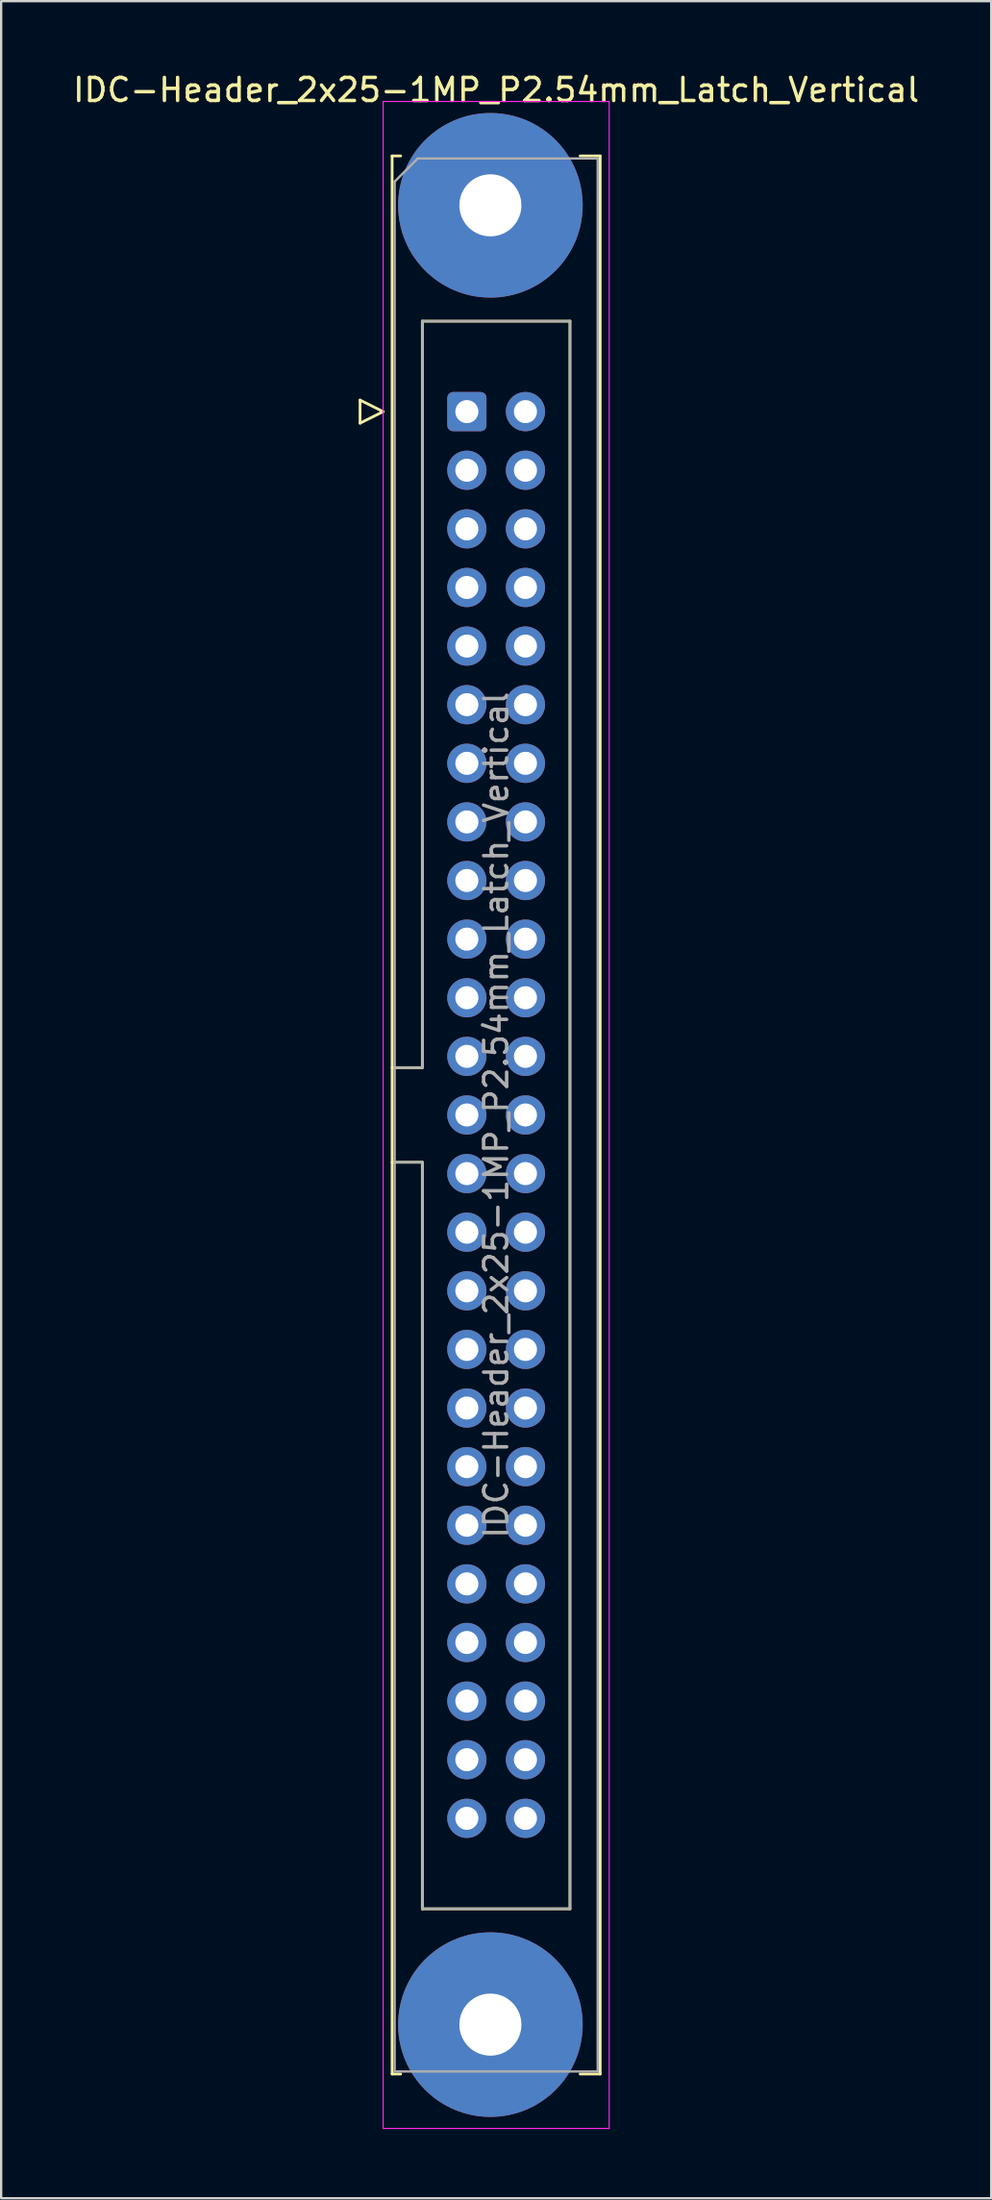
<source format=kicad_pcb>
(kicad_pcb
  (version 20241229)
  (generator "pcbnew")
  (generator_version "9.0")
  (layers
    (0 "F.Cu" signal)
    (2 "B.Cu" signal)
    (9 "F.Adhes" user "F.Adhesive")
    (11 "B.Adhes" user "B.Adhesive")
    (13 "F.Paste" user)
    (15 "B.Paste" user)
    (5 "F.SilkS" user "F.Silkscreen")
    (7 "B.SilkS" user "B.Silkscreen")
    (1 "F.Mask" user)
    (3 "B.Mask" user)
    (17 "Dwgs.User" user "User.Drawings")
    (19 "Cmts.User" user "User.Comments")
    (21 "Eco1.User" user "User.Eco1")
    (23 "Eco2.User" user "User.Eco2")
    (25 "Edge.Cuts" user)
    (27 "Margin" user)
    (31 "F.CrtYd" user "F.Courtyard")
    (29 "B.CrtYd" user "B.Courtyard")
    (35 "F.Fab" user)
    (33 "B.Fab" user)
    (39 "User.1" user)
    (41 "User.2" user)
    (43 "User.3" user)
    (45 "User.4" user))
  (footprint "IDC-Header_2x25-1MP_P2.54mm_Latch_Vertical"
    (layer "F.Cu")
    (at 17.188 14.788)
    (property "Reference" "IDC-Header_2x25-1MP_P2.54mm_Latch_Vertical" (at 1.27 -13.94 0) (layer "F.SilkS") (effects (font (size 1 1) (thickness 0.15))))
    (attr through_hole)
    (fp_line (start -4.63 -0.5) (end -4.63 0.5) (stroke (width 0.12) (type solid)) (layer "F.SilkS"))
    (fp_line (start -4.63 0.5) (end -3.63 0) (stroke (width 0.12) (type solid)) (layer "F.SilkS"))
    (fp_line (start -3.63 0) (end -4.63 -0.5) (stroke (width 0.12) (type solid)) (layer "F.SilkS"))
    (fp_line (start -3.24 -11.08) (end -3.24 72.04) (stroke (width 0.12) (type solid)) (layer "F.SilkS"))
    (fp_line (start -3.24 28.43) (end -1.93 28.43) (stroke (width 0.12) (type solid)) (layer "F.SilkS"))
    (fp_line (start -3.24 72.04) (end -2.87 72.04) (stroke (width 0.12) (type solid)) (layer "F.SilkS"))
    (fp_line (start -2.87 -11.08) (end -3.24 -11.08) (stroke (width 0.12) (type solid)) (layer "F.SilkS"))
    (fp_line (start -1.93 -3.92) (end 4.47 -3.92) (stroke (width 0.12) (type solid)) (layer "F.SilkS"))
    (fp_line (start -1.93 28.43) (end -1.93 -3.92) (stroke (width 0.12) (type solid)) (layer "F.SilkS"))
    (fp_line (start -1.93 32.53) (end -3.24 32.53) (stroke (width 0.12) (type solid)) (layer "F.SilkS"))
    (fp_line (start -1.93 64.88) (end -1.93 32.53) (stroke (width 0.12) (type solid)) (layer "F.SilkS"))
    (fp_line (start 4.47 -3.92) (end 4.47 64.88) (stroke (width 0.12) (type solid)) (layer "F.SilkS"))
    (fp_line (start 4.47 64.88) (end -1.93 64.88) (stroke (width 0.12) (type solid)) (layer "F.SilkS"))
    (fp_line (start 4.91 -11.08) (end 5.78 -11.08) (stroke (width 0.12) (type solid)) (layer "F.SilkS"))
    (fp_line (start 5.78 -11.08) (end 5.78 72.04) (stroke (width 0.12) (type solid)) (layer "F.SilkS"))
    (fp_line (start 5.78 72.04) (end 4.91 72.04) (stroke (width 0.12) (type solid)) (layer "F.SilkS"))
    (fp_line (start -3.63 -13.44) (end -3.63 74.4) (stroke (width 0.05) (type solid)) (layer "F.CrtYd"))
    (fp_line (start -3.63 74.4) (end 6.17 74.4) (stroke (width 0.05) (type solid)) (layer "F.CrtYd"))
    (fp_line (start 6.17 -13.44) (end -3.63 -13.44) (stroke (width 0.05) (type solid)) (layer "F.CrtYd"))
    (fp_line (start 6.17 74.4) (end 6.17 -13.44) (stroke (width 0.05) (type solid)) (layer "F.CrtYd"))
    (fp_line (start -3.13 -9.97) (end -2.13 -10.97) (stroke (width 0.1) (type solid)) (layer "F.Fab"))
    (fp_line (start -3.13 28.43) (end -1.93 28.43) (stroke (width 0.1) (type solid)) (layer "F.Fab"))
    (fp_line (start -3.13 71.93) (end -3.13 -9.97) (stroke (width 0.1) (type solid)) (layer "F.Fab"))
    (fp_line (start -2.13 -10.97) (end 5.67 -10.97) (stroke (width 0.1) (type solid)) (layer "F.Fab"))
    (fp_line (start -1.93 -3.92) (end 4.47 -3.92) (stroke (width 0.1) (type solid)) (layer "F.Fab"))
    (fp_line (start -1.93 28.43) (end -1.93 -3.92) (stroke (width 0.1) (type solid)) (layer "F.Fab"))
    (fp_line (start -1.93 32.53) (end -3.13 32.53) (stroke (width 0.1) (type solid)) (layer "F.Fab"))
    (fp_line (start -1.93 64.88) (end -1.93 32.53) (stroke (width 0.1) (type solid)) (layer "F.Fab"))
    (fp_line (start 4.47 -3.92) (end 4.47 64.88) (stroke (width 0.1) (type solid)) (layer "F.Fab"))
    (fp_line (start 4.47 64.88) (end -1.93 64.88) (stroke (width 0.1) (type solid)) (layer "F.Fab"))
    (fp_line (start 5.67 -10.97) (end 5.67 71.93) (stroke (width 0.1) (type solid)) (layer "F.Fab"))
    (fp_line (start 5.67 71.93) (end -3.13 71.93) (stroke (width 0.1) (type solid)) (layer "F.Fab"))
    (fp_text user "${REFERENCE}" (at 1.27 30.48 90) (layer "F.Fab") (effects (font (size 1 1) (thickness 0.15))))
    (pad "1" thru_hole roundrect (at 0 0) (size 1.7 1.7) (drill 1) (layers "*.Cu" "*.Mask") (roundrect_rratio 0.147))
    (pad "2" thru_hole circle (at 2.54 0) (size 1.7 1.7) (drill 1) (layers "*.Cu" "*.Mask"))
    (pad "3" thru_hole circle (at 0 2.54) (size 1.7 1.7) (drill 1) (layers "*.Cu" "*.Mask"))
    (pad "4" thru_hole circle (at 2.54 2.54) (size 1.7 1.7) (drill 1) (layers "*.Cu" "*.Mask"))
    (pad "5" thru_hole circle (at 0 5.08) (size 1.7 1.7) (drill 1) (layers "*.Cu" "*.Mask"))
    (pad "6" thru_hole circle (at 2.54 5.08) (size 1.7 1.7) (drill 1) (layers "*.Cu" "*.Mask"))
    (pad "7" thru_hole circle (at 0 7.62) (size 1.7 1.7) (drill 1) (layers "*.Cu" "*.Mask"))
    (pad "8" thru_hole circle (at 2.54 7.62) (size 1.7 1.7) (drill 1) (layers "*.Cu" "*.Mask"))
    (pad "9" thru_hole circle (at 0 10.16) (size 1.7 1.7) (drill 1) (layers "*.Cu" "*.Mask"))
    (pad "10" thru_hole circle (at 2.54 10.16) (size 1.7 1.7) (drill 1) (layers "*.Cu" "*.Mask"))
    (pad "11" thru_hole circle (at 0 12.7) (size 1.7 1.7) (drill 1) (layers "*.Cu" "*.Mask"))
    (pad "12" thru_hole circle (at 2.54 12.7) (size 1.7 1.7) (drill 1) (layers "*.Cu" "*.Mask"))
    (pad "13" thru_hole circle (at 0 15.24) (size 1.7 1.7) (drill 1) (layers "*.Cu" "*.Mask"))
    (pad "14" thru_hole circle (at 2.54 15.24) (size 1.7 1.7) (drill 1) (layers "*.Cu" "*.Mask"))
    (pad "15" thru_hole circle (at 0 17.78) (size 1.7 1.7) (drill 1) (layers "*.Cu" "*.Mask"))
    (pad "16" thru_hole circle (at 2.54 17.78) (size 1.7 1.7) (drill 1) (layers "*.Cu" "*.Mask"))
    (pad "17" thru_hole circle (at 0 20.32) (size 1.7 1.7) (drill 1) (layers "*.Cu" "*.Mask"))
    (pad "18" thru_hole circle (at 2.54 20.32) (size 1.7 1.7) (drill 1) (layers "*.Cu" "*.Mask"))
    (pad "19" thru_hole circle (at 0 22.86) (size 1.7 1.7) (drill 1) (layers "*.Cu" "*.Mask"))
    (pad "20" thru_hole circle (at 2.54 22.86) (size 1.7 1.7) (drill 1) (layers "*.Cu" "*.Mask"))
    (pad "21" thru_hole circle (at 0 25.4) (size 1.7 1.7) (drill 1) (layers "*.Cu" "*.Mask"))
    (pad "22" thru_hole circle (at 2.54 25.4) (size 1.7 1.7) (drill 1) (layers "*.Cu" "*.Mask"))
    (pad "23" thru_hole circle (at 0 27.94) (size 1.7 1.7) (drill 1) (layers "*.Cu" "*.Mask"))
    (pad "24" thru_hole circle (at 2.54 27.94) (size 1.7 1.7) (drill 1) (layers "*.Cu" "*.Mask"))
    (pad "25" thru_hole circle (at 0 30.48) (size 1.7 1.7) (drill 1) (layers "*.Cu" "*.Mask"))
    (pad "26" thru_hole circle (at 2.54 30.48) (size 1.7 1.7) (drill 1) (layers "*.Cu" "*.Mask"))
    (pad "27" thru_hole circle (at 0 33.02) (size 1.7 1.7) (drill 1) (layers "*.Cu" "*.Mask"))
    (pad "28" thru_hole circle (at 2.54 33.02) (size 1.7 1.7) (drill 1) (layers "*.Cu" "*.Mask"))
    (pad "29" thru_hole circle (at 0 35.56) (size 1.7 1.7) (drill 1) (layers "*.Cu" "*.Mask"))
    (pad "30" thru_hole circle (at 2.54 35.56) (size 1.7 1.7) (drill 1) (layers "*.Cu" "*.Mask"))
    (pad "31" thru_hole circle (at 0 38.1) (size 1.7 1.7) (drill 1) (layers "*.Cu" "*.Mask"))
    (pad "32" thru_hole circle (at 2.54 38.1) (size 1.7 1.7) (drill 1) (layers "*.Cu" "*.Mask"))
    (pad "33" thru_hole circle (at 0 40.64) (size 1.7 1.7) (drill 1) (layers "*.Cu" "*.Mask"))
    (pad "34" thru_hole circle (at 2.54 40.64) (size 1.7 1.7) (drill 1) (layers "*.Cu" "*.Mask"))
    (pad "35" thru_hole circle (at 0 43.18) (size 1.7 1.7) (drill 1) (layers "*.Cu" "*.Mask"))
    (pad "36" thru_hole circle (at 2.54 43.18) (size 1.7 1.7) (drill 1) (layers "*.Cu" "*.Mask"))
    (pad "37" thru_hole circle (at 0 45.72) (size 1.7 1.7) (drill 1) (layers "*.Cu" "*.Mask"))
    (pad "38" thru_hole circle (at 2.54 45.72) (size 1.7 1.7) (drill 1) (layers "*.Cu" "*.Mask"))
    (pad "39" thru_hole circle (at 0 48.26) (size 1.7 1.7) (drill 1) (layers "*.Cu" "*.Mask"))
    (pad "40" thru_hole circle (at 2.54 48.26) (size 1.7 1.7) (drill 1) (layers "*.Cu" "*.Mask"))
    (pad "41" thru_hole circle (at 0 50.8) (size 1.7 1.7) (drill 1) (layers "*.Cu" "*.Mask"))
    (pad "42" thru_hole circle (at 2.54 50.8) (size 1.7 1.7) (drill 1) (layers "*.Cu" "*.Mask"))
    (pad "43" thru_hole circle (at 0 53.34) (size 1.7 1.7) (drill 1) (layers "*.Cu" "*.Mask"))
    (pad "44" thru_hole circle (at 2.54 53.34) (size 1.7 1.7) (drill 1) (layers "*.Cu" "*.Mask"))
    (pad "45" thru_hole circle (at 0 55.88) (size 1.7 1.7) (drill 1) (layers "*.Cu" "*.Mask"))
    (pad "46" thru_hole circle (at 2.54 55.88) (size 1.7 1.7) (drill 1) (layers "*.Cu" "*.Mask"))
    (pad "47" thru_hole circle (at 0 58.42) (size 1.7 1.7) (drill 1) (layers "*.Cu" "*.Mask"))
    (pad "48" thru_hole circle (at 2.54 58.42) (size 1.7 1.7) (drill 1) (layers "*.Cu" "*.Mask"))
    (pad "49" thru_hole circle (at 0 60.96) (size 1.7 1.7) (drill 1) (layers "*.Cu" "*.Mask"))
    (pad "50" thru_hole circle (at 2.54 60.96) (size 1.7 1.7) (drill 1) (layers "*.Cu" "*.Mask"))
    (pad "MP" thru_hole circle (at 1.02 -8.94) (size 8 8) (drill 2.69) (layers "*.Cu" "*.Mask"))
    (pad "MP" thru_hole circle (at 1.02 69.9) (size 8 8) (drill 2.69) (layers "*.Cu" "*.Mask")))
  (gr_rect
    (start -3 -3)
    (end 39.917 92.213)
    (stroke (width 0.1) (type default))
    (fill no)
    (layer "Edge.Cuts")))
</source>
